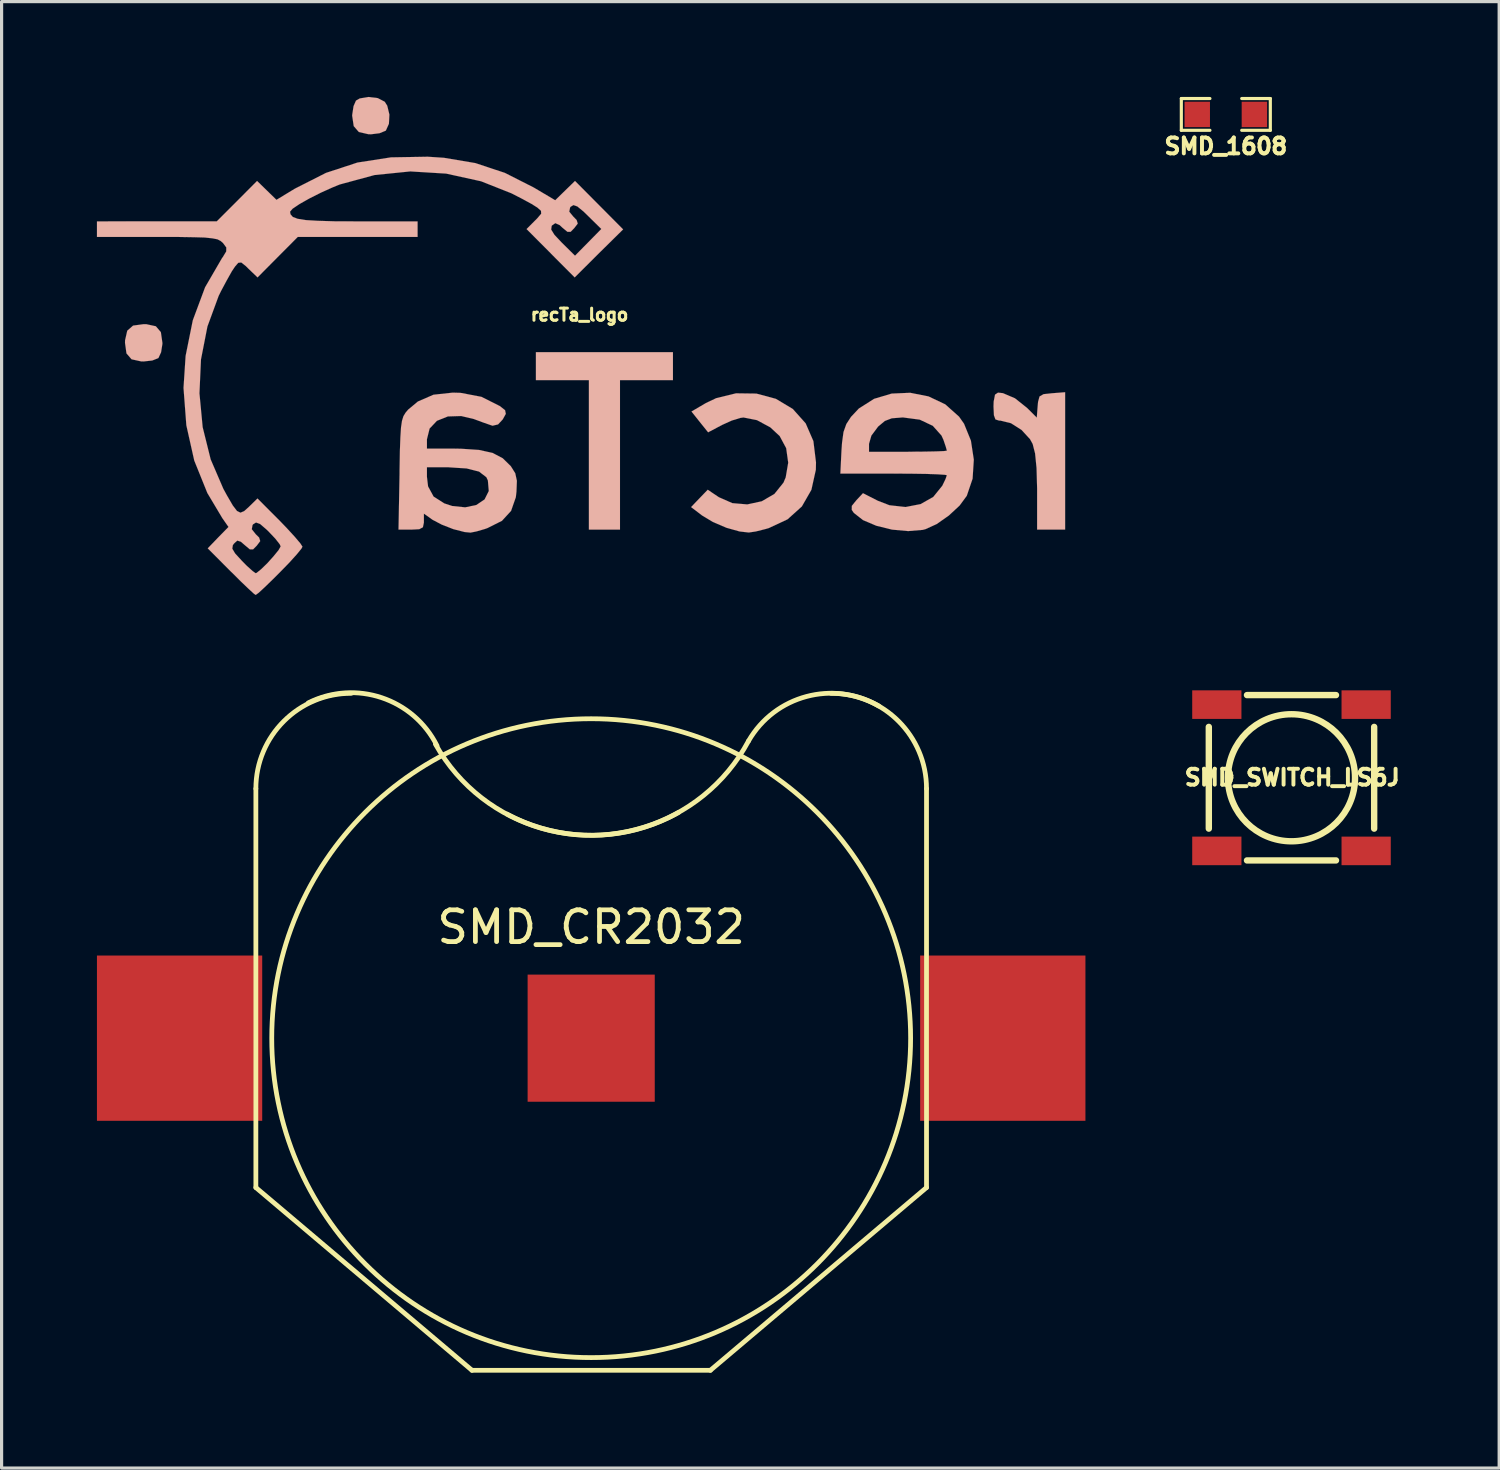
<source format=kicad_pcb>
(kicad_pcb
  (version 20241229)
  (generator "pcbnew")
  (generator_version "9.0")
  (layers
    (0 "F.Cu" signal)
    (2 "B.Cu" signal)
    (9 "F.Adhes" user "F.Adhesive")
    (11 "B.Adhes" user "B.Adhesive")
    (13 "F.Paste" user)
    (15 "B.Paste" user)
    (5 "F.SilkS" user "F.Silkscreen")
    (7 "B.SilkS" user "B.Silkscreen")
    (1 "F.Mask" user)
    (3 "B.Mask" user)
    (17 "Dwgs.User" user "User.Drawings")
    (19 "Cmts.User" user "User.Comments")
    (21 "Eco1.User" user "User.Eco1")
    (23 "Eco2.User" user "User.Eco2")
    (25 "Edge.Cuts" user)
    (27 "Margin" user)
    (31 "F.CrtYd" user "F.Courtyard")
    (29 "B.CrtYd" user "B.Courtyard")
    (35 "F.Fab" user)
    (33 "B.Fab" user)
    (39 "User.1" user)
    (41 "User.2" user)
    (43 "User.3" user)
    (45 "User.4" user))
  (footprint "recTa_logo"
    (layer "F.Cu")
    (at 15.183 6.854)
    (property "Reference" "recTa_logo" (at 0 0 0) (layer "F.SilkS") (effects (font (size 0.381 0.381) (thickness 0.095))))
    (attr through_hole)
    (fp_poly (pts (xy -1.372 2.057) (xy -0.541 2.057) (xy 0.295 2.057) (xy 0.295 4.407) (xy 0.295 6.759) (xy 0.782 6.759) (xy 1.273 6.759) (xy 1.273 4.407) (xy 1.273 2.057) (xy 2.103 2.057) (xy 2.939 2.057) (xy 2.939 1.615) (xy 2.939 1.176) (xy 0.782 1.176) (xy -1.372 1.176) (xy -1.372 1.615) (xy -1.372 2.057)) (stroke (width 0.003) (type solid)) (fill yes) (layer "B.SilkS"))
    (fp_poly (pts (xy -14.3 0.881) (xy -14.254 1.214) (xy -14.094 1.4) (xy -13.792 1.466) (xy -13.713 1.468) (xy -13.442 1.438) (xy -13.254 1.364) (xy -13.244 1.351) (xy -13.165 1.179) (xy -13.124 0.917) (xy -13.124 0.881) (xy -13.172 0.546) (xy -13.33 0.361) (xy -13.635 0.295) (xy -13.713 0.295) (xy -14.046 0.34) (xy -14.229 0.5) (xy -14.298 0.803) (xy -14.3 0.881)) (stroke (width 0.003) (type solid)) (fill yes) (layer "B.SilkS"))
    (fp_poly (pts (xy -7.153 -6.266) (xy -7.104 -5.936) (xy -6.944 -5.751) (xy -6.645 -5.682) (xy -6.563 -5.679) (xy -6.294 -5.712) (xy -6.106 -5.789) (xy -6.093 -5.796) (xy -5.997 -6.01) (xy -5.982 -6.299) (xy -6.05 -6.579) (xy -6.129 -6.703) (xy -6.347 -6.817) (xy -6.64 -6.853) (xy -6.914 -6.807) (xy -7.033 -6.739) (xy -7.109 -6.566) (xy -7.15 -6.302) (xy -7.153 -6.266)) (stroke (width 0.003) (type solid)) (fill yes) (layer "B.SilkS"))
    (fp_poly (pts (xy 13.025 2.888) (xy 13.038 3.162) (xy 13.086 3.292) (xy 13.205 3.33) (xy 13.246 3.33) (xy 13.574 3.411) (xy 13.906 3.622) (xy 14.173 3.912) (xy 14.257 4.064) (xy 14.333 4.361) (xy 14.379 4.821) (xy 14.397 5.464) (xy 14.397 5.58) (xy 14.397 6.759) (xy 14.839 6.759) (xy 15.278 6.759) (xy 15.278 4.597) (xy 15.278 2.436) (xy 14.862 2.469) (xy 14.6 2.497) (xy 14.473 2.57) (xy 14.427 2.738) (xy 14.415 2.865) (xy 14.387 3.236) (xy 14.079 2.929) (xy 13.698 2.626) (xy 13.322 2.466) (xy 13.167 2.449) (xy 13.073 2.512) (xy 13.03 2.731) (xy 13.025 2.888)) (stroke (width 0.003) (type solid)) (fill yes) (layer "B.SilkS"))
    (fp_poly (pts (xy 3.51 6.05) (xy 3.856 6.314) (xy 4.199 6.52) (xy 4.623 6.701) (xy 5.037 6.817) (xy 5.326 6.85) (xy 5.547 6.817) (xy 5.85 6.741) (xy 5.954 6.711) (xy 6.546 6.434) (xy 6.995 6.03) (xy 7.295 5.507) (xy 7.435 4.877) (xy 7.44 4.646) (xy 7.358 3.975) (xy 7.115 3.416) (xy 6.711 2.964) (xy 6.177 2.644) (xy 5.563 2.479) (xy 4.923 2.471) (xy 4.298 2.624) (xy 3.978 2.776) (xy 3.523 3.043) (xy 3.785 3.373) (xy 4.046 3.698) (xy 4.486 3.465) (xy 4.79 3.327) (xy 5.062 3.244) (xy 5.159 3.231) (xy 5.583 3.315) (xy 6.002 3.541) (xy 6.297 3.815) (xy 6.502 4.196) (xy 6.566 4.653) (xy 6.487 5.116) (xy 6.416 5.283) (xy 6.132 5.636) (xy 5.735 5.867) (xy 5.278 5.966) (xy 4.808 5.926) (xy 4.381 5.738) (xy 4.034 5.504) (xy 3.772 5.776) (xy 3.51 6.05)) (stroke (width 0.003) (type solid)) (fill yes) (layer "B.SilkS"))
    (fp_poly (pts (xy 8.207 4.996) (xy 9.108 4.996) (xy 9.108 4.31) (xy 9.108 4.059) (xy 9.182 3.802) (xy 9.38 3.536) (xy 9.393 3.518) (xy 9.606 3.34) (xy 9.825 3.256) (xy 10.145 3.231) (xy 10.19 3.231) (xy 10.704 3.299) (xy 11.115 3.493) (xy 11.389 3.8) (xy 11.45 3.934) (xy 11.524 4.153) (xy 11.557 4.272) (xy 11.557 4.275) (xy 11.466 4.288) (xy 11.217 4.298) (xy 10.843 4.305) (xy 10.384 4.308) (xy 10.33 4.31) (xy 9.108 4.31) (xy 9.108 4.996) (xy 9.881 4.996) (xy 10.429 4.999) (xy 10.902 5.006) (xy 11.267 5.019) (xy 11.493 5.034) (xy 11.557 5.047) (xy 11.516 5.166) (xy 11.417 5.372) (xy 11.415 5.377) (xy 11.13 5.73) (xy 10.732 5.956) (xy 10.257 6.048) (xy 9.751 5.992) (xy 9.383 5.85) (xy 8.918 5.613) (xy 8.707 5.839) (xy 8.567 6.012) (xy 8.565 6.139) (xy 8.631 6.233) (xy 8.918 6.459) (xy 9.337 6.637) (xy 9.832 6.759) (xy 10.34 6.805) (xy 10.798 6.767) (xy 10.886 6.744) (xy 11.237 6.584) (xy 11.618 6.317) (xy 11.958 6.002) (xy 12.184 5.695) (xy 12.367 5.156) (xy 12.405 4.557) (xy 12.314 3.96) (xy 12.098 3.429) (xy 11.941 3.205) (xy 11.506 2.817) (xy 10.98 2.568) (xy 10.404 2.454) (xy 9.82 2.479) (xy 9.268 2.644) (xy 8.788 2.949) (xy 8.542 3.211) (xy 8.395 3.437) (xy 8.306 3.686) (xy 8.26 4.021) (xy 8.242 4.275) (xy 8.207 4.996)) (stroke (width 0.003) (type solid)) (fill yes) (layer "B.SilkS"))
    (fp_poly (pts (xy -5.695 6.759) (xy -5.296 6.759) (xy -5.042 6.746) (xy -4.928 6.685) (xy -4.897 6.54) (xy -4.897 6.505) (xy -4.897 6.256) (xy -4.801 6.322) (xy -4.801 5.098) (xy -4.801 4.798) (xy -4.12 4.798) (xy -3.553 4.834) (xy -3.162 4.933) (xy -2.931 5.11) (xy -2.883 5.212) (xy -2.855 5.545) (xy -2.987 5.809) (xy -3.246 5.984) (xy -3.597 6.058) (xy -4.011 6.015) (xy -4.257 5.933) (xy -4.592 5.718) (xy -4.765 5.4) (xy -4.801 5.098) (xy -4.801 6.322) (xy -4.628 6.447) (xy -4.336 6.601) (xy -3.97 6.744) (xy -3.614 6.835) (xy -3.429 6.853) (xy -3.246 6.817) (xy -2.977 6.739) (xy -2.898 6.711) (xy -2.441 6.482) (xy -2.154 6.17) (xy -2.004 5.74) (xy -1.984 5.565) (xy -1.971 5.222) (xy -2.022 4.986) (xy -2.154 4.775) (xy -2.162 4.763) (xy -2.416 4.514) (xy -2.736 4.346) (xy -3.162 4.252) (xy -3.729 4.214) (xy -3.914 4.211) (xy -4.801 4.211) (xy -4.801 3.917) (xy -4.717 3.579) (xy -4.486 3.335) (xy -4.143 3.198) (xy -3.724 3.185) (xy -3.327 3.279) (xy -3.033 3.388) (xy -2.797 3.47) (xy -2.736 3.49) (xy -2.563 3.449) (xy -2.418 3.294) (xy -2.319 3.117) (xy -2.342 3.002) (xy -2.51 2.87) (xy -2.525 2.863) (xy -3.086 2.581) (xy -3.744 2.456) (xy -3.985 2.449) (xy -4.595 2.515) (xy -5.085 2.728) (xy -5.39 2.982) (xy -5.474 3.081) (xy -5.54 3.19) (xy -5.585 3.335) (xy -5.616 3.543) (xy -5.636 3.856) (xy -5.652 4.293) (xy -5.662 4.892) (xy -5.662 5.001) (xy -5.695 6.759)) (stroke (width 0.003) (type solid)) (fill yes) (layer "B.SilkS"))
    (fp_poly (pts (xy -15.182 -2.449) (xy -13.287 -2.449) (xy -12.629 -2.449) (xy -12.139 -2.441) (xy -11.788 -2.431) (xy -11.547 -2.405) (xy -11.392 -2.375) (xy -11.293 -2.324) (xy -11.219 -2.261) (xy -11.113 -2.118) (xy -11.115 -1.994) (xy -11.229 -1.806) (xy -11.242 -1.793) (xy -11.781 -0.864) (xy -12.167 0.173) (xy -12.393 1.293) (xy -12.459 2.301) (xy -12.37 3.477) (xy -12.121 4.587) (xy -11.709 5.608) (xy -11.239 6.396) (xy -11.044 6.675) (xy -11.372 7.01) (xy -11.697 7.348) (xy -10.968 8.08) (xy -10.925 8.12) (xy -10.925 7.358) (xy -10.907 7.247) (xy -10.871 7.198) (xy -10.767 7.104) (xy -10.655 7.14) (xy -10.531 7.247) (xy -10.373 7.379) (xy -10.269 7.379) (xy -10.155 7.264) (xy -10.046 7.12) (xy -10.081 7.008) (xy -10.185 6.906) (xy -10.312 6.746) (xy -10.287 6.614) (xy -10.269 6.591) (xy -10.178 6.535) (xy -10.051 6.581) (xy -9.853 6.751) (xy -9.779 6.822) (xy -9.568 7.046) (xy -9.431 7.221) (xy -9.403 7.287) (xy -9.467 7.402) (xy -9.624 7.595) (xy -9.822 7.816) (xy -10.018 8.006) (xy -10.157 8.118) (xy -10.188 8.131) (xy -10.282 8.065) (xy -10.467 7.899) (xy -10.622 7.742) (xy -10.836 7.508) (xy -10.925 7.358) (xy -10.925 8.12) (xy -10.663 8.382) (xy -10.411 8.623) (xy -10.244 8.776) (xy -10.188 8.814) (xy -10.099 8.75) (xy -9.909 8.575) (xy -9.642 8.316) (xy -9.426 8.1) (xy -9.129 7.795) (xy -8.895 7.536) (xy -8.75 7.358) (xy -8.717 7.295) (xy -8.783 7.193) (xy -8.959 6.985) (xy -9.215 6.706) (xy -9.423 6.49) (xy -10.132 5.779) (xy -10.404 6.045) (xy -10.551 6.177) (xy -10.668 6.226) (xy -10.777 6.172) (xy -10.909 5.999) (xy -11.095 5.679) (xy -11.206 5.476) (xy -11.605 4.549) (xy -11.857 3.536) (xy -11.958 2.471) (xy -11.91 1.405) (xy -11.707 0.368) (xy -11.354 -0.594) (xy -11.278 -0.749) (xy -11.1 -1.082) (xy -10.94 -1.367) (xy -10.838 -1.519) (xy -10.737 -1.636) (xy -10.643 -1.646) (xy -10.498 -1.532) (xy -10.411 -1.445) (xy -10.13 -1.176) (xy -9.497 -1.814) (xy -8.865 -2.449) (xy -6.977 -2.449) (xy -5.095 -2.449) (xy -5.095 -2.695) (xy -5.095 -2.939) (xy -6.985 -2.939) (xy -7.694 -2.941) (xy -8.227 -2.957) (xy -8.608 -2.979) (xy -8.867 -3.02) (xy -9.02 -3.078) (xy -9.093 -3.162) (xy -9.108 -3.244) (xy -9.027 -3.338) (xy -8.809 -3.485) (xy -8.499 -3.66) (xy -8.136 -3.843) (xy -7.77 -4.008) (xy -7.544 -4.1) (xy -6.449 -4.397) (xy -5.324 -4.511) (xy -4.196 -4.442) (xy -3.099 -4.201) (xy -2.144 -3.823) (xy -1.801 -3.647) (xy -1.504 -3.485) (xy -1.326 -3.373) (xy -1.212 -3.272) (xy -1.206 -3.18) (xy -1.331 -3.033) (xy -1.4 -2.964) (xy -1.666 -2.697) (xy -0.907 -1.935) (xy -0.892 -1.918) (xy -0.892 -2.682) (xy -0.876 -2.797) (xy -0.864 -2.812) (xy -0.762 -2.883) (xy -0.625 -2.822) (xy -0.541 -2.743) (xy -0.381 -2.611) (xy -0.279 -2.611) (xy -0.165 -2.728) (xy -0.056 -2.87) (xy -0.091 -2.982) (xy -0.193 -3.086) (xy -0.323 -3.244) (xy -0.297 -3.376) (xy -0.279 -3.399) (xy -0.191 -3.452) (xy -0.069 -3.409) (xy 0.132 -3.244) (xy 0.262 -3.117) (xy 0.686 -2.7) (xy 0.274 -2.281) (xy -0.142 -1.859) (xy -0.559 -2.271) (xy -0.79 -2.517) (xy -0.892 -2.682) (xy -0.892 -1.918) (xy -0.152 -1.176) (xy 0.607 -1.933) (xy 1.372 -2.687) (xy 0.615 -3.449) (xy -0.142 -4.211) (xy -0.452 -3.909) (xy -0.765 -3.604) (xy -1.438 -4.003) (xy -2.349 -4.465) (xy -3.277 -4.773) (xy -4.27 -4.94) (xy -4.778 -4.973) (xy -5.933 -4.953) (xy -6.985 -4.79) (xy -7.976 -4.465) (xy -8.936 -3.978) (xy -8.969 -3.96) (xy -9.535 -3.617) (xy -9.84 -3.914) (xy -10.145 -4.211) (xy -10.777 -3.576) (xy -11.412 -2.941) (xy -13.297 -2.941) (xy -15.182 -2.939) (xy -15.182 -2.695) (xy -15.182 -2.449)) (stroke (width 0.003) (type solid)) (fill yes) (layer "B.SilkS")))
  (footprint "SMD_CR2032"
    (layer "F.Cu")
    (at 15.55 29.613)
    (property "Reference" "SMD_CR2032" (at 0 -3.493 0) (layer "F.SilkS") (effects (font (size 1 1) (thickness 0.15))))
    (attr through_hole)
    (fp_line (start -10.55 4.7) (end -10.55 -7.85) (stroke (width 0.15) (type solid)) (layer "F.SilkS"))
    (fp_line (start -3.75 10.45) (end -10.55 4.7) (stroke (width 0.15) (type solid)) (layer "F.SilkS"))
    (fp_line (start -3.75 10.45) (end 3.75 10.45) (stroke (width 0.15) (type solid)) (layer "F.SilkS"))
    (fp_line (start 3.75 10.45) (end 10.55 4.7) (stroke (width 0.15) (type solid)) (layer "F.SilkS"))
    (fp_line (start 10.55 4.7) (end 10.55 -7.85) (stroke (width 0.15) (type solid)) (layer "F.SilkS"))
    (fp_arc (start -10.55 -7.85) (mid -9.67132 -9.97132) (end -7.55 -10.85) (stroke (width 0.15) (type solid)) (layer "F.SilkS"))
    (fp_arc (start -8.9 -10.55) (mid -6.595406 -10.713782) (end -4.85 -9.2) (stroke (width 0.15) (type solid)) (layer "F.SilkS"))
    (fp_arc (start 2.75 -7.1) (mid -1.52028 -6.590633) (end -4.9 -9.25) (stroke (width 0.15) (type solid)) (layer "F.SilkS"))
    (fp_arc (start 4.95 -9.35) (mid 1.626346 -6.625988) (end -2.65 -7.05) (stroke (width 0.15) (type solid)) (layer "F.SilkS"))
    (fp_arc (start 4.95 -9.35) (mid 6.772183 -10.749138) (end 9.05 -10.45) (stroke (width 0.15) (type solid)) (layer "F.SilkS"))
    (fp_arc (start 7.55 -10.85) (mid 9.67132 -9.97132) (end 10.55 -7.85) (stroke (width 0.15) (type solid)) (layer "F.SilkS"))
    (fp_circle (center 0 0) (end 10 -1) (stroke (width 0.15) (type solid)) (fill no) (layer "F.SilkS"))
    (pad "1" smd rect (at -12.95 0) (size 5.2 5.2) (layers "F.Cu" "F.Mask" "F.Paste"))
    (pad "1" smd rect (at 12.95 0) (size 5.2 5.2) (layers "F.Cu" "F.Mask" "F.Paste"))
    (pad "2" smd rect (at 0 0) (size 4 4) (layers "F.Cu" "F.Mask" "F.Paste")))
  (footprint "SMD_1608"
    (layer "F.Cu")
    (at 35.517 0.55)
    (property "Reference" "SMD_1608" (at 0 1.001 0) (layer "F.SilkS") (effects (font (size 0.5 0.5) (thickness 0.124))))
    (attr through_hole)
    (fp_line (start -1.4 -0.5) (end -1.4 0.5) (stroke (width 0.099) (type solid)) (layer "F.SilkS"))
    (fp_line (start -1.4 0.5) (end -0.5 0.5) (stroke (width 0.099) (type solid)) (layer "F.SilkS"))
    (fp_line (start -0.5 -0.5) (end -1.4 -0.5) (stroke (width 0.099) (type solid)) (layer "F.SilkS"))
    (fp_line (start 0.5 0.5) (end 1.4 0.5) (stroke (width 0.099) (type solid)) (layer "F.SilkS"))
    (fp_line (start 1.4 -0.5) (end 0.5 -0.5) (stroke (width 0.099) (type solid)) (layer "F.SilkS"))
    (fp_line (start 1.4 0.5) (end 1.4 -0.5) (stroke (width 0.099) (type solid)) (layer "F.SilkS"))
    (pad "1" smd rect (at 0.899 0) (size 0.8 0.8) (layers "F.Cu" "F.Mask" "F.Paste"))
    (pad "2" smd rect (at -0.899 0) (size 0.8 0.8) (layers "F.Cu" "F.Mask" "F.Paste")))
  (footprint "SMD_SWITCH_LS6J"
    (layer "F.Cu")
    (at 37.583 21.42)
    (property "Reference" "SMD_SWITCH_LS6J" (at 0.025 -0.008 0) (layer "F.SilkS") (effects (font (size 0.5 0.5) (thickness 0.124))))
    (attr through_hole)
    (fp_line (start -2.601 -1.6) (end -2.601 1.6) (stroke (width 0.201) (type solid)) (layer "F.SilkS"))
    (fp_line (start -1.4 -2.601) (end 1.4 -2.601) (stroke (width 0.201) (type solid)) (layer "F.SilkS"))
    (fp_line (start -1.4 2.601) (end 1.4 2.601) (stroke (width 0.201) (type solid)) (layer "F.SilkS"))
    (fp_line (start 2.601 1.6) (end 2.601 -1.6) (stroke (width 0.201) (type solid)) (layer "F.SilkS"))
    (fp_circle (center 0 0) (end 0 -1.999) (stroke (width 0.201) (type solid)) (fill no) (layer "F.SilkS"))
    (pad "" smd rect (at -2.349 -2.301) (size 1.549 0.899) (layers "F.Cu" "F.Mask" "F.Paste"))
    (pad "" smd rect (at 2.349 2.301) (size 1.549 0.899) (layers "F.Cu" "F.Mask" "F.Paste"))
    (pad "1" smd rect (at -2.349 2.301) (size 1.549 0.899) (layers "F.Cu" "F.Mask" "F.Paste"))
    (pad "2" smd rect (at 2.349 -2.301) (size 1.549 0.899) (layers "F.Cu" "F.Mask" "F.Paste")))
  (gr_rect
    (start -3 -3)
    (end 44.117 43.138)
    (stroke (width 0.1) (type default))
    (fill no)
    (layer "Edge.Cuts")))
</source>
